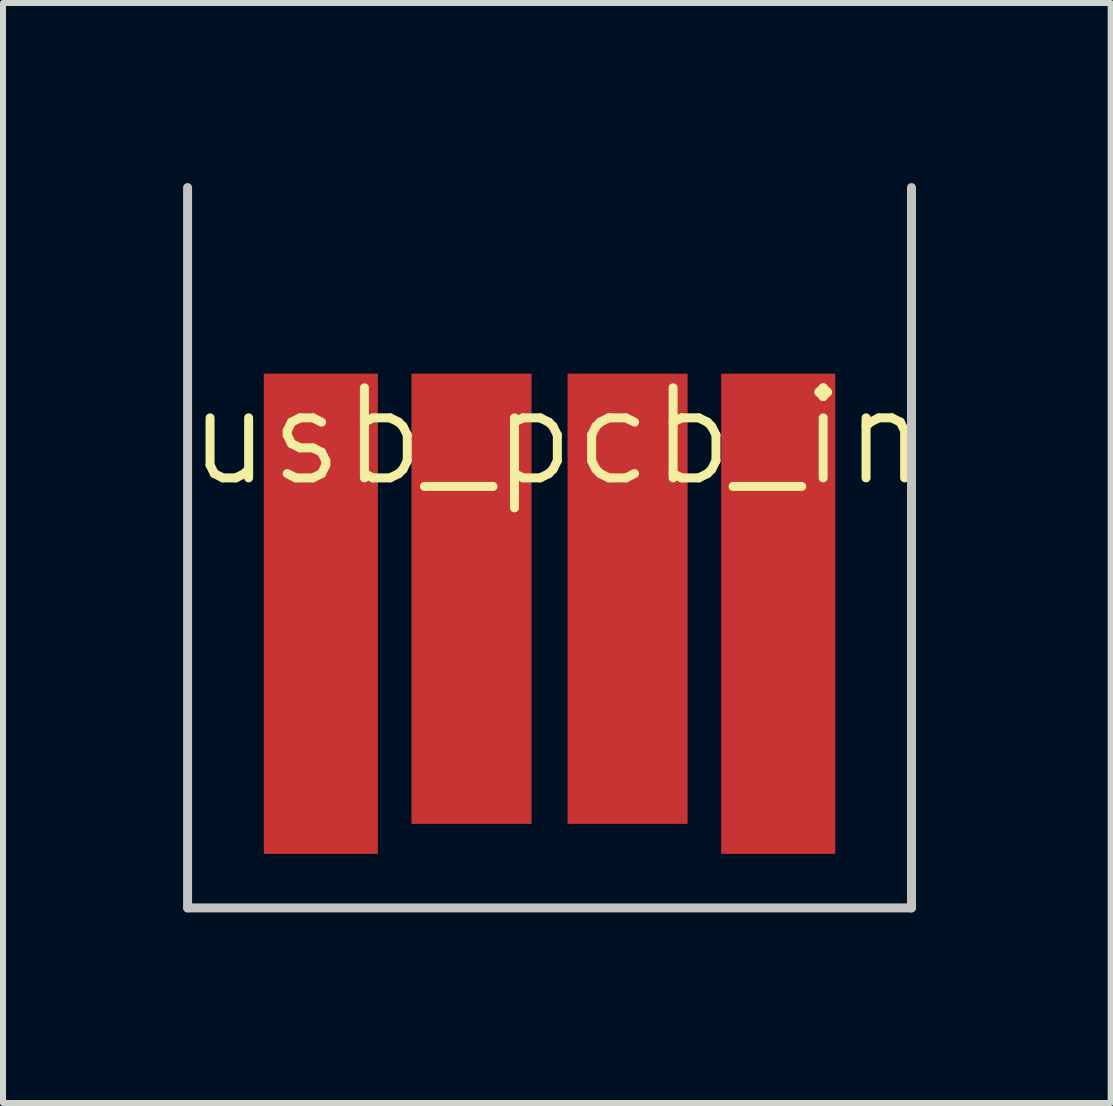
<source format=kicad_pcb>
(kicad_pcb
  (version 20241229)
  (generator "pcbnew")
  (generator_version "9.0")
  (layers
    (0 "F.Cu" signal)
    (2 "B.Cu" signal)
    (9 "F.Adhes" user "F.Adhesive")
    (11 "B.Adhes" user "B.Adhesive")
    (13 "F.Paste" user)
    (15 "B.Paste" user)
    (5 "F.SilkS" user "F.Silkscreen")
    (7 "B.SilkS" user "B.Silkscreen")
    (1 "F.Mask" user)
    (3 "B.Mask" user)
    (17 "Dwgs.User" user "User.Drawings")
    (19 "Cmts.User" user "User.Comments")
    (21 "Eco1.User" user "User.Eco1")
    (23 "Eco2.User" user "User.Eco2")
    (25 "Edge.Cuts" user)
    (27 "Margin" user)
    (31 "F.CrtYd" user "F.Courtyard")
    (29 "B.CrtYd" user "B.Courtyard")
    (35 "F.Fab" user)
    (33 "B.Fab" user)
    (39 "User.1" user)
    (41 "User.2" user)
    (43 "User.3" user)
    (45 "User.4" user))
  (footprint "usb_pcb_in"
    (layer "F.Cu")
    (at 6.105 12.075)
    (property "Reference" "usb_pcb_in" (at 0.13 -7.85 0) (layer "F.SilkS") (effects (font (size 1.5 1.5) (thickness 0.15))))
    (attr exclude_from_pos_files exclude_from_bom)
    (fp_line (start -6.03 0) (end -6.03 -12) (stroke (width 0.15) (type solid)) (layer "Dwgs.User"))
    (fp_line (start 6.03 0) (end -6.03 0) (stroke (width 0.15) (type solid)) (layer "Dwgs.User"))
    (fp_line (start 6.03 0) (end 6.03 -12) (stroke (width 0.15) (type solid)) (layer "Dwgs.User"))
    (pad "1" connect rect (at 3.81 -4.9) (size 1.9 8) (layers "F.Cu" "F.Mask"))
    (pad "2" connect rect (at 1.3 -5.15) (size 2 7.5) (layers "F.Cu" "F.Mask"))
    (pad "3" connect rect (at -1.3 -5.15) (size 2 7.5) (layers "F.Cu" "F.Mask"))
    (pad "4" connect rect (at -3.81 -4.9) (size 1.9 8) (layers "F.Cu" "F.Mask")))
  (gr_rect
    (start -3 -3)
    (end 15.453 15.325)
    (stroke (width 0.1) (type default))
    (fill no)
    (layer "Edge.Cuts")))
</source>
